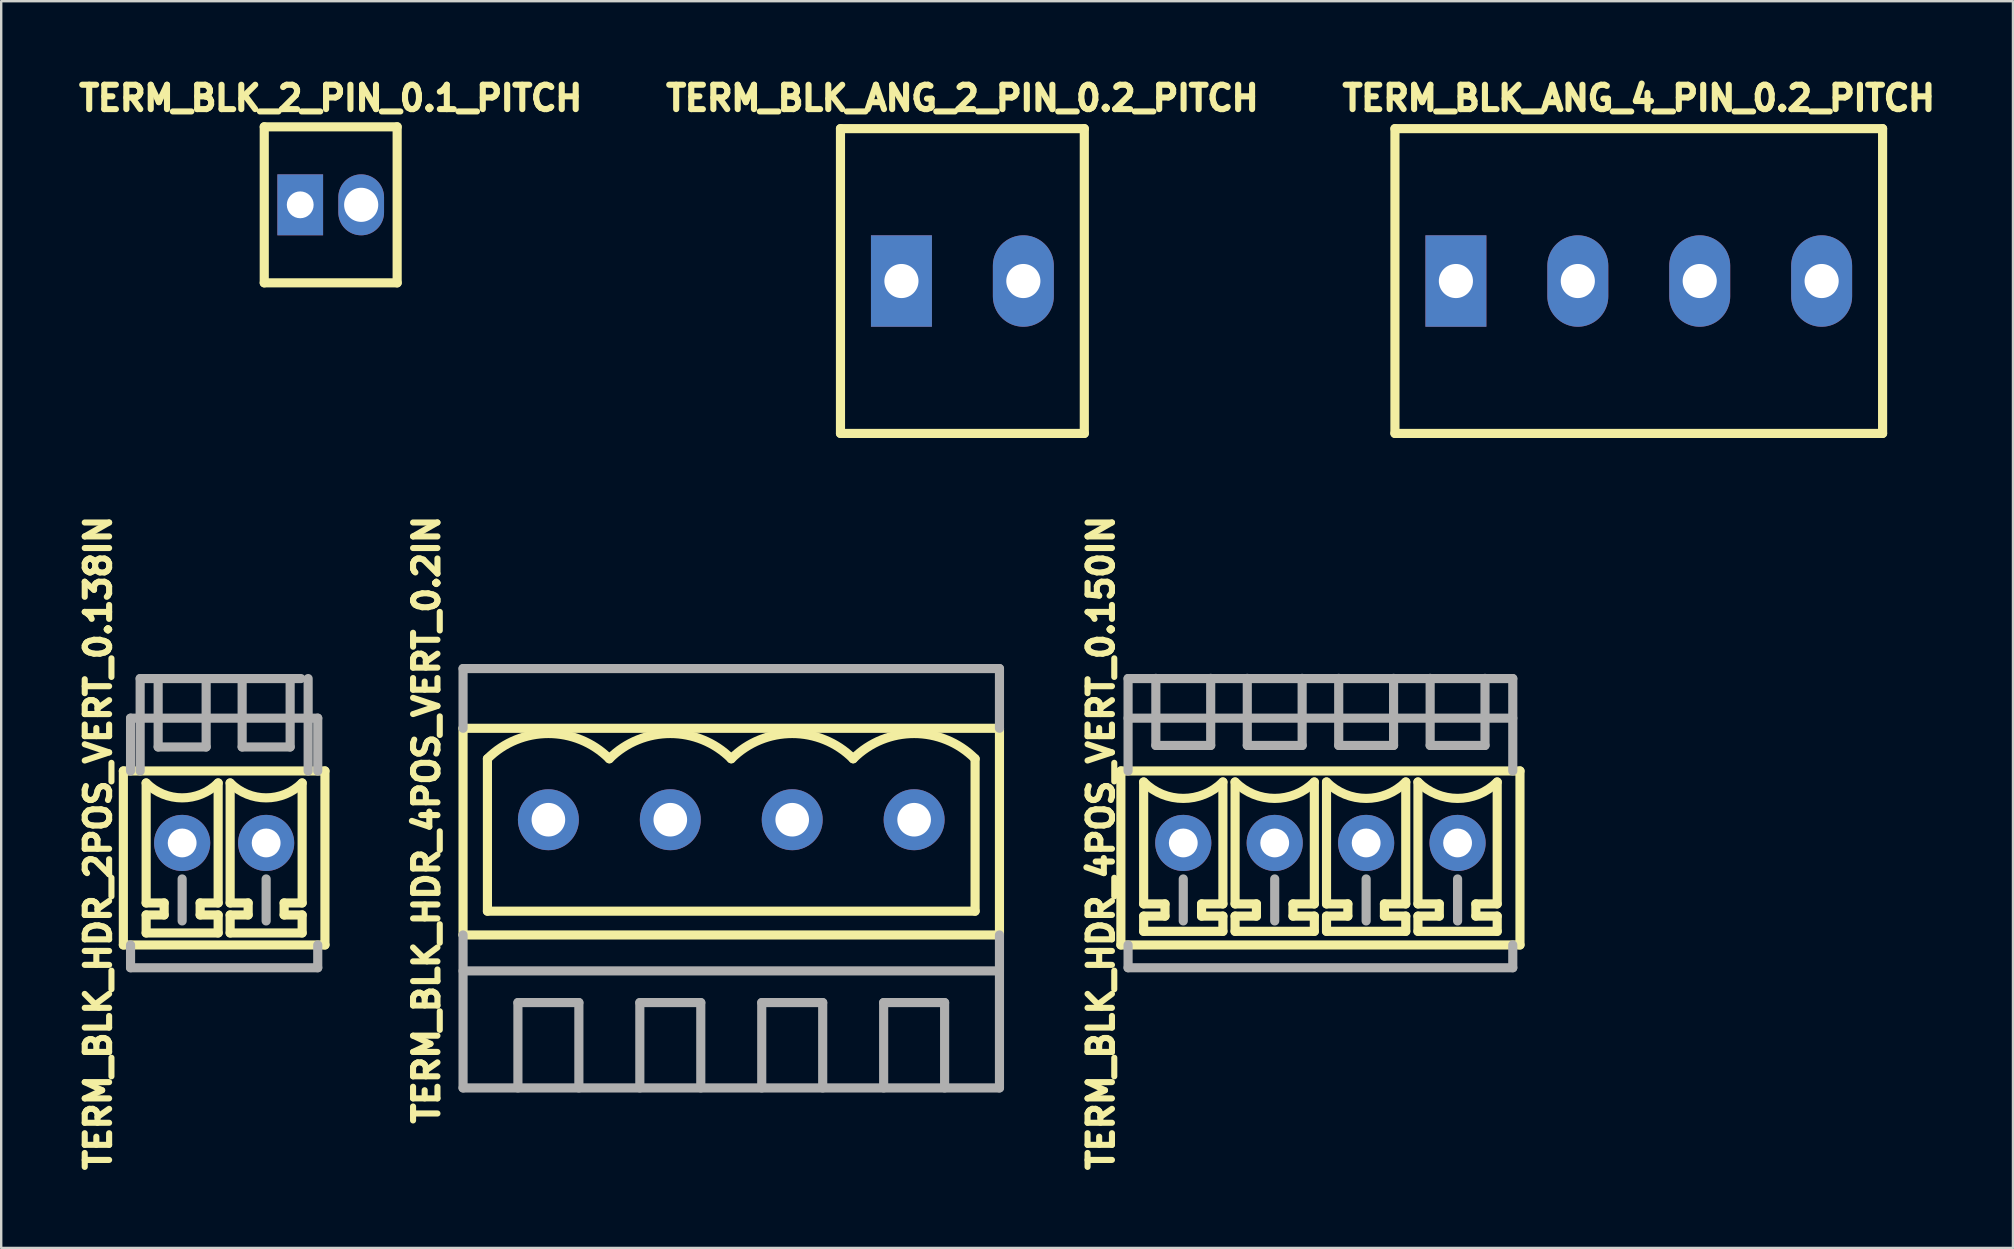
<source format=kicad_pcb>
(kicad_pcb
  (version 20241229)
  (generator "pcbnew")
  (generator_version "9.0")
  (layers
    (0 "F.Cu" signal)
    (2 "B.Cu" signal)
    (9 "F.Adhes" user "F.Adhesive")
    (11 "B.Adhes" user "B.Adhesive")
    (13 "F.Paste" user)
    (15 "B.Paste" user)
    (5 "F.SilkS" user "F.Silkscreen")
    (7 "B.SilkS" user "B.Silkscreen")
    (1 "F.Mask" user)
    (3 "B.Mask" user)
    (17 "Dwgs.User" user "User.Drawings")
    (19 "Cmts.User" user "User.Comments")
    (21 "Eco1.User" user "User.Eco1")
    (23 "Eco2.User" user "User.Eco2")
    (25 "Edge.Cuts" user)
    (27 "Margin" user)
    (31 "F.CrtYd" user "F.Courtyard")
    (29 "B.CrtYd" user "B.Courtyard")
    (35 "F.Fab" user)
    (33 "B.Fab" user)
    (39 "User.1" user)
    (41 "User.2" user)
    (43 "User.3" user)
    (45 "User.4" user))
  (footprint "TERM_BLK_ANG_4_PIN_0.2_PITCH"
    (layer "F.Cu")
    (at 65.236 8.66)
    (property "Reference" "TERM_BLK_ANG_4_PIN_0.2_PITCH" (at 0 -7.62 0) (layer "F.SilkS") (effects (font (size 1.016 1.016) (thickness 0.254))))
    (attr through_hole)
    (fp_line (start -10.16 -6.35) (end -10.16 6.35) (stroke (width 0.381) (type solid)) (layer "F.SilkS"))
    (fp_line (start -10.16 -6.35) (end 10.16 -6.35) (stroke (width 0.381) (type solid)) (layer "F.SilkS"))
    (fp_line (start -10.16 6.35) (end 10.16 6.35) (stroke (width 0.381) (type solid)) (layer "F.SilkS"))
    (fp_line (start 10.16 -6.35) (end 10.16 6.35) (stroke (width 0.381) (type solid)) (layer "F.SilkS"))
    (pad "1" thru_hole rect (at -7.62 0) (size 2.54 3.81) (drill 1.422) (layers "*.Cu" "*.Mask"))
    (pad "2" thru_hole oval (at -2.54 0) (size 2.54 3.81) (drill 1.422) (layers "*.Cu" "*.Mask"))
    (pad "3" thru_hole oval (at 2.54 0) (size 2.54 3.81) (drill 1.422) (layers "*.Cu" "*.Mask"))
    (pad "4" thru_hole oval (at 7.62 0) (size 2.54 3.81) (drill 1.422) (layers "*.Cu" "*.Mask")))
  (footprint "TERM_BLK_HDR_4POS_VERT_0.150IN"
    (layer "F.Cu")
    (at 51.971 32.075)
    (property "Reference" "TERM_BLK_HDR_4POS_VERT_0.150IN" (at -9.144 0 90) (layer "F.SilkS") (effects (font (size 1.016 1.016) (thickness 0.254))))
    (attr through_hole)
    (fp_line (start -8.315 -3) (end -8.315 4.25) (stroke (width 0.381) (type solid)) (layer "F.SilkS"))
    (fp_line (start -7.366 -2.54) (end -7.366 2.54) (stroke (width 0.381) (type solid)) (layer "F.SilkS"))
    (fp_line (start -7.366 2.54) (end -6.477 2.54) (stroke (width 0.381) (type solid)) (layer "F.SilkS"))
    (fp_line (start -7.366 3.048) (end -7.366 3.683) (stroke (width 0.381) (type solid)) (layer "F.SilkS"))
    (fp_line (start -7.366 3.683) (end -4.064 3.683) (stroke (width 0.381) (type solid)) (layer "F.SilkS"))
    (fp_line (start -6.477 2.54) (end -6.477 3.048) (stroke (width 0.381) (type solid)) (layer "F.SilkS"))
    (fp_line (start -6.477 3.048) (end -7.366 3.048) (stroke (width 0.381) (type solid)) (layer "F.SilkS"))
    (fp_line (start -4.953 2.54) (end -4.064 2.54) (stroke (width 0.381) (type solid)) (layer "F.SilkS"))
    (fp_line (start -4.953 3.048) (end -4.953 2.54) (stroke (width 0.381) (type solid)) (layer "F.SilkS"))
    (fp_line (start -4.064 -2.54) (end -4.064 2.54) (stroke (width 0.381) (type solid)) (layer "F.SilkS"))
    (fp_line (start -4.064 3.048) (end -4.953 3.048) (stroke (width 0.381) (type solid)) (layer "F.SilkS"))
    (fp_line (start -4.064 3.683) (end -4.064 3.048) (stroke (width 0.381) (type solid)) (layer "F.SilkS"))
    (fp_line (start -3.556 -2.54) (end -3.556 2.54) (stroke (width 0.381) (type solid)) (layer "F.SilkS"))
    (fp_line (start -3.556 2.54) (end -2.667 2.54) (stroke (width 0.381) (type solid)) (layer "F.SilkS"))
    (fp_line (start -3.556 3.048) (end -3.556 3.683) (stroke (width 0.381) (type solid)) (layer "F.SilkS"))
    (fp_line (start -3.556 3.683) (end -0.254 3.683) (stroke (width 0.381) (type solid)) (layer "F.SilkS"))
    (fp_line (start -2.667 2.54) (end -2.667 3.048) (stroke (width 0.381) (type solid)) (layer "F.SilkS"))
    (fp_line (start -2.667 3.048) (end -3.556 3.048) (stroke (width 0.381) (type solid)) (layer "F.SilkS"))
    (fp_line (start -1.143 2.54) (end -0.254 2.54) (stroke (width 0.381) (type solid)) (layer "F.SilkS"))
    (fp_line (start -1.143 3.048) (end -1.143 2.54) (stroke (width 0.381) (type solid)) (layer "F.SilkS"))
    (fp_line (start -0.254 -2.54) (end -0.254 2.54) (stroke (width 0.381) (type solid)) (layer "F.SilkS"))
    (fp_line (start -0.254 3.048) (end -1.143 3.048) (stroke (width 0.381) (type solid)) (layer "F.SilkS"))
    (fp_line (start -0.254 3.683) (end -0.254 3.048) (stroke (width 0.381) (type solid)) (layer "F.SilkS"))
    (fp_line (start 0.254 -2.54) (end 0.254 2.54) (stroke (width 0.381) (type solid)) (layer "F.SilkS"))
    (fp_line (start 0.254 2.54) (end 1.143 2.54) (stroke (width 0.381) (type solid)) (layer "F.SilkS"))
    (fp_line (start 0.254 3.048) (end 0.254 3.683) (stroke (width 0.381) (type solid)) (layer "F.SilkS"))
    (fp_line (start 0.254 3.683) (end 3.556 3.683) (stroke (width 0.381) (type solid)) (layer "F.SilkS"))
    (fp_line (start 1.143 2.54) (end 1.143 3.048) (stroke (width 0.381) (type solid)) (layer "F.SilkS"))
    (fp_line (start 1.143 3.048) (end 0.254 3.048) (stroke (width 0.381) (type solid)) (layer "F.SilkS"))
    (fp_line (start 2.667 2.54) (end 3.556 2.54) (stroke (width 0.381) (type solid)) (layer "F.SilkS"))
    (fp_line (start 2.667 3.048) (end 2.667 2.54) (stroke (width 0.381) (type solid)) (layer "F.SilkS"))
    (fp_line (start 3.556 -2.54) (end 3.556 2.54) (stroke (width 0.381) (type solid)) (layer "F.SilkS"))
    (fp_line (start 3.556 3.048) (end 2.667 3.048) (stroke (width 0.381) (type solid)) (layer "F.SilkS"))
    (fp_line (start 3.556 3.683) (end 3.556 3.048) (stroke (width 0.381) (type solid)) (layer "F.SilkS"))
    (fp_line (start 4.064 -2.54) (end 4.064 2.54) (stroke (width 0.381) (type solid)) (layer "F.SilkS"))
    (fp_line (start 4.064 2.54) (end 4.953 2.54) (stroke (width 0.381) (type solid)) (layer "F.SilkS"))
    (fp_line (start 4.064 3.048) (end 4.064 3.683) (stroke (width 0.381) (type solid)) (layer "F.SilkS"))
    (fp_line (start 4.064 3.683) (end 7.366 3.683) (stroke (width 0.381) (type solid)) (layer "F.SilkS"))
    (fp_line (start 4.953 2.54) (end 4.953 3.048) (stroke (width 0.381) (type solid)) (layer "F.SilkS"))
    (fp_line (start 4.953 3.048) (end 4.064 3.048) (stroke (width 0.381) (type solid)) (layer "F.SilkS"))
    (fp_line (start 6.477 2.54) (end 7.366 2.54) (stroke (width 0.381) (type solid)) (layer "F.SilkS"))
    (fp_line (start 6.477 3.048) (end 6.477 2.54) (stroke (width 0.381) (type solid)) (layer "F.SilkS"))
    (fp_line (start 7.366 -2.54) (end 7.366 2.54) (stroke (width 0.381) (type solid)) (layer "F.SilkS"))
    (fp_line (start 7.366 3.048) (end 6.477 3.048) (stroke (width 0.381) (type solid)) (layer "F.SilkS"))
    (fp_line (start 7.366 3.683) (end 7.366 3.048) (stroke (width 0.381) (type solid)) (layer "F.SilkS"))
    (fp_line (start 8.315 -3) (end -8.315 -3) (stroke (width 0.381) (type solid)) (layer "F.SilkS"))
    (fp_line (start 8.315 -3) (end 8.315 4.25) (stroke (width 0.381) (type solid)) (layer "F.SilkS"))
    (fp_line (start 8.315 4.25) (end -8.315 4.25) (stroke (width 0.381) (type solid)) (layer "F.SilkS"))
    (fp_arc (start -4.064 -2.54) (mid -5.715 -1.856133) (end -7.366 -2.54) (stroke (width 0.381) (type solid)) (layer "F.SilkS"))
    (fp_arc (start -0.254 -2.54) (mid -1.905 -1.856133) (end -3.556 -2.54) (stroke (width 0.381) (type solid)) (layer "F.SilkS"))
    (fp_arc (start 3.556 -2.54) (mid 1.905 -1.856133) (end 0.254 -2.54) (stroke (width 0.381) (type solid)) (layer "F.SilkS"))
    (fp_arc (start 7.366 -2.54) (mid 5.715 -1.856133) (end 4.064 -2.54) (stroke (width 0.381) (type solid)) (layer "F.SilkS"))
    (fp_line (start -8.015 -6.85) (end 8.015 -6.85) (stroke (width 0.381) (type solid)) (layer "F.Fab"))
    (fp_line (start -8.015 -5.2) (end 8.015 -5.2) (stroke (width 0.381) (type solid)) (layer "F.Fab"))
    (fp_line (start -8.015 -3) (end -8.015 -6.85) (stroke (width 0.381) (type solid)) (layer "F.Fab"))
    (fp_line (start -8.015 4.25) (end -8.015 5.2) (stroke (width 0.381) (type solid)) (layer "F.Fab"))
    (fp_line (start -8.015 5.2) (end 8.015 5.2) (stroke (width 0.381) (type solid)) (layer "F.Fab"))
    (fp_line (start -6.858 -6.858) (end -6.858 -4.064) (stroke (width 0.381) (type solid)) (layer "F.Fab"))
    (fp_line (start -6.858 -4.064) (end -4.572 -4.064) (stroke (width 0.381) (type solid)) (layer "F.Fab"))
    (fp_line (start -5.715 1.5) (end -5.715 3.25) (stroke (width 0.381) (type solid)) (layer "F.Fab"))
    (fp_line (start -4.572 -4.064) (end -4.572 -6.858) (stroke (width 0.381) (type solid)) (layer "F.Fab"))
    (fp_line (start -3.048 -6.858) (end -3.048 -4.064) (stroke (width 0.381) (type solid)) (layer "F.Fab"))
    (fp_line (start -3.048 -4.064) (end -0.762 -4.064) (stroke (width 0.381) (type solid)) (layer "F.Fab"))
    (fp_line (start -1.905 1.5) (end -1.905 3.25) (stroke (width 0.381) (type solid)) (layer "F.Fab"))
    (fp_line (start -0.762 -4.064) (end -0.762 -6.858) (stroke (width 0.381) (type solid)) (layer "F.Fab"))
    (fp_line (start 0.762 -6.858) (end 0.762 -4.064) (stroke (width 0.381) (type solid)) (layer "F.Fab"))
    (fp_line (start 0.762 -4.064) (end 3.048 -4.064) (stroke (width 0.381) (type solid)) (layer "F.Fab"))
    (fp_line (start 1.905 1.5) (end 1.905 3.25) (stroke (width 0.381) (type solid)) (layer "F.Fab"))
    (fp_line (start 3.048 -4.064) (end 3.048 -6.858) (stroke (width 0.381) (type solid)) (layer "F.Fab"))
    (fp_line (start 4.572 -6.858) (end 4.572 -4.064) (stroke (width 0.381) (type solid)) (layer "F.Fab"))
    (fp_line (start 4.572 -4.064) (end 6.858 -4.064) (stroke (width 0.381) (type solid)) (layer "F.Fab"))
    (fp_line (start 5.715 1.5) (end 5.715 3.25) (stroke (width 0.381) (type solid)) (layer "F.Fab"))
    (fp_line (start 6.858 -4.064) (end 6.858 -6.858) (stroke (width 0.381) (type solid)) (layer "F.Fab"))
    (fp_line (start 8.015 -6.85) (end 8.015 -3) (stroke (width 0.381) (type solid)) (layer "F.Fab"))
    (fp_line (start 8.015 5.2) (end 8.015 4.25) (stroke (width 0.381) (type solid)) (layer "F.Fab"))
    (pad "1" thru_hole circle (at 5.715 0) (size 2.34 2.34) (drill 1.2) (layers "*.Cu" "*.Mask"))
    (pad "2" thru_hole circle (at 1.905 0) (size 2.34 2.34) (drill 1.2) (layers "*.Cu" "*.Mask"))
    (pad "3" thru_hole circle (at -1.905 0) (size 2.34 2.34) (drill 1.2) (layers "*.Cu" "*.Mask"))
    (pad "4" thru_hole circle (at -5.715 0) (size 2.34 2.34) (drill 1.2) (layers "*.Cu" "*.Mask")))
  (footprint "TERM_BLK_HDR_4POS_VERT_0.2IN"
    (layer "F.Cu")
    (at 27.421 31.107)
    (property "Reference" "TERM_BLK_HDR_4POS_VERT_0.2IN" (at -12.7 0 90) (layer "F.SilkS") (effects (font (size 1.016 1.016) (thickness 0.254))))
    (attr through_hole)
    (fp_line (start -11.176 -3.81) (end -11.176 4.801) (stroke (width 0.381) (type solid)) (layer "F.SilkS"))
    (fp_line (start -10.16 3.81) (end -10.16 -2.54) (stroke (width 0.381) (type solid)) (layer "F.SilkS"))
    (fp_line (start 10.16 -2.54) (end 10.16 3.81) (stroke (width 0.381) (type solid)) (layer "F.SilkS"))
    (fp_line (start 10.16 3.81) (end -10.16 3.81) (stroke (width 0.381) (type solid)) (layer "F.SilkS"))
    (fp_line (start 11.176 -3.81) (end -11.176 -3.81) (stroke (width 0.381) (type solid)) (layer "F.SilkS"))
    (fp_line (start 11.176 -3.81) (end 11.176 4.801) (stroke (width 0.381) (type solid)) (layer "F.SilkS"))
    (fp_line (start 11.176 4.801) (end -11.176 4.801) (stroke (width 0.381) (type solid)) (layer "F.SilkS"))
    (fp_arc (start -10.16 -2.54) (mid -7.62 -3.592102) (end -5.08 -2.54) (stroke (width 0.381) (type solid)) (layer "F.SilkS"))
    (fp_arc (start -5.08 -2.54) (mid -2.54 -3.592102) (end 0 -2.54) (stroke (width 0.381) (type solid)) (layer "F.SilkS"))
    (fp_arc (start 0 -2.54) (mid 2.54 -3.592102) (end 5.08 -2.54) (stroke (width 0.381) (type solid)) (layer "F.SilkS"))
    (fp_arc (start 5.08 -2.54) (mid 7.62 -3.592102) (end 10.16 -2.54) (stroke (width 0.381) (type solid)) (layer "F.SilkS"))
    (fp_line (start -11.176 -6.299) (end 11.176 -6.299) (stroke (width 0.381) (type solid)) (layer "F.Fab"))
    (fp_line (start -11.176 -3.81) (end -11.176 -6.299) (stroke (width 0.381) (type solid)) (layer "F.Fab"))
    (fp_line (start -11.176 6.299) (end 11.176 6.299) (stroke (width 0.381) (type solid)) (layer "F.Fab"))
    (fp_line (start -11.176 11.176) (end -11.176 4.801) (stroke (width 0.381) (type solid)) (layer "F.Fab"))
    (fp_line (start -8.89 7.62) (end -8.89 11.176) (stroke (width 0.381) (type solid)) (layer "F.Fab"))
    (fp_line (start -8.89 7.62) (end -6.35 7.62) (stroke (width 0.381) (type solid)) (layer "F.Fab"))
    (fp_line (start -6.35 7.62) (end -6.35 11.176) (stroke (width 0.381) (type solid)) (layer "F.Fab"))
    (fp_line (start -3.81 7.62) (end -3.81 11.176) (stroke (width 0.381) (type solid)) (layer "F.Fab"))
    (fp_line (start -1.27 7.62) (end -3.81 7.62) (stroke (width 0.381) (type solid)) (layer "F.Fab"))
    (fp_line (start -1.27 11.176) (end -1.27 7.62) (stroke (width 0.381) (type solid)) (layer "F.Fab"))
    (fp_line (start 1.27 7.62) (end 3.81 7.62) (stroke (width 0.381) (type solid)) (layer "F.Fab"))
    (fp_line (start 1.27 11.176) (end 1.27 7.62) (stroke (width 0.381) (type solid)) (layer "F.Fab"))
    (fp_line (start 3.81 7.62) (end 3.81 11.176) (stroke (width 0.381) (type solid)) (layer "F.Fab"))
    (fp_line (start 6.35 7.62) (end 6.35 11.176) (stroke (width 0.381) (type solid)) (layer "F.Fab"))
    (fp_line (start 6.35 7.62) (end 8.89 7.62) (stroke (width 0.381) (type solid)) (layer "F.Fab"))
    (fp_line (start 8.89 7.62) (end 8.89 11.176) (stroke (width 0.381) (type solid)) (layer "F.Fab"))
    (fp_line (start 11.176 -3.81) (end 11.176 -6.299) (stroke (width 0.381) (type solid)) (layer "F.Fab"))
    (fp_line (start 11.176 4.801) (end 11.176 11.176) (stroke (width 0.381) (type solid)) (layer "F.Fab"))
    (fp_line (start 11.176 11.176) (end -11.176 11.176) (stroke (width 0.381) (type solid)) (layer "F.Fab"))
    (pad "1" thru_hole circle (at 7.62 0) (size 2.54 2.54) (drill 1.4) (layers "*.Cu" "*.Mask"))
    (pad "2" thru_hole circle (at 2.54 0) (size 2.54 2.54) (drill 1.4) (layers "*.Cu" "*.Mask"))
    (pad "3" thru_hole circle (at -2.54 0) (size 2.54 2.54) (drill 1.4) (layers "*.Cu" "*.Mask"))
    (pad "4" thru_hole circle (at -7.62 0) (size 2.54 2.54) (drill 1.4) (layers "*.Cu" "*.Mask")))
  (footprint "TERM_BLK_HDR_2POS_VERT_0.138IN"
    (layer "F.Cu")
    (at 6.29 32.075)
    (property "Reference" "TERM_BLK_HDR_2POS_VERT_0.138IN" (at -5.25 0 90) (layer "F.SilkS") (effects (font (size 1.016 1.016) (thickness 0.254))))
    (attr through_hole)
    (fp_line (start -4.2 -3) (end -4.2 4.25) (stroke (width 0.381) (type solid)) (layer "F.SilkS"))
    (fp_line (start -3.25 -2.5) (end -3.25 2.5) (stroke (width 0.381) (type solid)) (layer "F.SilkS"))
    (fp_line (start -3.25 2.5) (end -2.5 2.5) (stroke (width 0.381) (type solid)) (layer "F.SilkS"))
    (fp_line (start -3.25 3) (end -3.25 3.75) (stroke (width 0.381) (type solid)) (layer "F.SilkS"))
    (fp_line (start -3.25 3.75) (end -0.25 3.75) (stroke (width 0.381) (type solid)) (layer "F.SilkS"))
    (fp_line (start -2.5 2.5) (end -2.5 3) (stroke (width 0.381) (type solid)) (layer "F.SilkS"))
    (fp_line (start -2.5 3) (end -3.25 3) (stroke (width 0.381) (type solid)) (layer "F.SilkS"))
    (fp_line (start -1 2.5) (end -1 3) (stroke (width 0.381) (type solid)) (layer "F.SilkS"))
    (fp_line (start -1 3) (end -0.25 3) (stroke (width 0.381) (type solid)) (layer "F.SilkS"))
    (fp_line (start -0.25 -2.5) (end -0.25 2.5) (stroke (width 0.381) (type solid)) (layer "F.SilkS"))
    (fp_line (start -0.25 2.5) (end -1 2.5) (stroke (width 0.381) (type solid)) (layer "F.SilkS"))
    (fp_line (start -0.25 3) (end -0.25 3.75) (stroke (width 0.381) (type solid)) (layer "F.SilkS"))
    (fp_line (start 0.25 -2.5) (end 0.25 2.5) (stroke (width 0.381) (type solid)) (layer "F.SilkS"))
    (fp_line (start 0.25 2.5) (end 1 2.5) (stroke (width 0.381) (type solid)) (layer "F.SilkS"))
    (fp_line (start 0.25 3) (end 0.25 3.75) (stroke (width 0.381) (type solid)) (layer "F.SilkS"))
    (fp_line (start 0.25 3.75) (end 3.25 3.75) (stroke (width 0.381) (type solid)) (layer "F.SilkS"))
    (fp_line (start 1 2.5) (end 1 3) (stroke (width 0.381) (type solid)) (layer "F.SilkS"))
    (fp_line (start 1 3) (end 0.25 3) (stroke (width 0.381) (type solid)) (layer "F.SilkS"))
    (fp_line (start 2.5 2.5) (end 2.5 3) (stroke (width 0.381) (type solid)) (layer "F.SilkS"))
    (fp_line (start 2.5 3) (end 3.25 3) (stroke (width 0.381) (type solid)) (layer "F.SilkS"))
    (fp_line (start 3.25 -2.5) (end 3.25 2.5) (stroke (width 0.381) (type solid)) (layer "F.SilkS"))
    (fp_line (start 3.25 2.5) (end 2.5 2.5) (stroke (width 0.381) (type solid)) (layer "F.SilkS"))
    (fp_line (start 3.25 3) (end 3.25 3.75) (stroke (width 0.381) (type solid)) (layer "F.SilkS"))
    (fp_line (start 4.2 -3) (end -4.2 -3) (stroke (width 0.381) (type solid)) (layer "F.SilkS"))
    (fp_line (start 4.2 -3) (end 4.2 4.25) (stroke (width 0.381) (type solid)) (layer "F.SilkS"))
    (fp_line (start 4.2 4.25) (end -4.2 4.25) (stroke (width 0.381) (type solid)) (layer "F.SilkS"))
    (fp_arc (start -0.25 -2.5) (mid -1.75 -1.87868) (end -3.25 -2.5) (stroke (width 0.381) (type solid)) (layer "F.SilkS"))
    (fp_arc (start 3.25 -2.5) (mid 1.75 -1.87868) (end 0.25 -2.5) (stroke (width 0.381) (type solid)) (layer "F.SilkS"))
    (fp_line (start -3.9 -5.2) (end 3.9 -5.2) (stroke (width 0.381) (type solid)) (layer "F.Fab"))
    (fp_line (start -3.9 -3) (end -3.9 -5.2) (stroke (width 0.381) (type solid)) (layer "F.Fab"))
    (fp_line (start -3.9 4.25) (end -3.9 5.2) (stroke (width 0.381) (type solid)) (layer "F.Fab"))
    (fp_line (start -3.9 5.2) (end 3.9 5.2) (stroke (width 0.381) (type solid)) (layer "F.Fab"))
    (fp_line (start -3.5 -6.85) (end 3.2 -6.85) (stroke (width 0.381) (type solid)) (layer "F.Fab"))
    (fp_line (start -3.5 -3) (end -3.5 -6.85) (stroke (width 0.381) (type solid)) (layer "F.Fab"))
    (fp_line (start -2.75 -6.75) (end -2.75 -4) (stroke (width 0.381) (type solid)) (layer "F.Fab"))
    (fp_line (start -2.75 -4) (end -0.75 -4) (stroke (width 0.381) (type solid)) (layer "F.Fab"))
    (fp_line (start -1.75 1.5) (end -1.75 3.25) (stroke (width 0.381) (type solid)) (layer "F.Fab"))
    (fp_line (start -0.75 -4) (end -0.75 -6.75) (stroke (width 0.381) (type solid)) (layer "F.Fab"))
    (fp_line (start 0.75 -6.75) (end 0.75 -4) (stroke (width 0.381) (type solid)) (layer "F.Fab"))
    (fp_line (start 0.75 -4) (end 2.75 -4) (stroke (width 0.381) (type solid)) (layer "F.Fab"))
    (fp_line (start 1.75 1.5) (end 1.75 3.25) (stroke (width 0.381) (type solid)) (layer "F.Fab"))
    (fp_line (start 2.75 -4) (end 2.75 -6.75) (stroke (width 0.381) (type solid)) (layer "F.Fab"))
    (fp_line (start 3.5 -6.85) (end 3.5 -3) (stroke (width 0.381) (type solid)) (layer "F.Fab"))
    (fp_line (start 3.9 -5.2) (end 3.9 -3) (stroke (width 0.381) (type solid)) (layer "F.Fab"))
    (fp_line (start 3.9 5.2) (end 3.9 4.25) (stroke (width 0.381) (type solid)) (layer "F.Fab"))
    (pad "1" thru_hole circle (at 1.75 0) (size 2.34 2.34) (drill 1.2) (layers "*.Cu" "*.Mask"))
    (pad "2" thru_hole circle (at -1.75 0) (size 2.34 2.34) (drill 1.2) (layers "*.Cu" "*.Mask")))
  (footprint "TERM_BLK_ANG_2_PIN_0.2_PITCH"
    (layer "F.Cu")
    (at 37.052 8.66)
    (property "Reference" "TERM_BLK_ANG_2_PIN_0.2_PITCH" (at 0 -7.62 0) (layer "F.SilkS") (effects (font (size 1.016 1.016) (thickness 0.254))))
    (attr through_hole)
    (fp_line (start -5.08 -6.35) (end -5.08 6.35) (stroke (width 0.381) (type solid)) (layer "F.SilkS"))
    (fp_line (start -5.08 -6.35) (end 5.08 -6.35) (stroke (width 0.381) (type solid)) (layer "F.SilkS"))
    (fp_line (start -5.08 6.35) (end 5.08 6.35) (stroke (width 0.381) (type solid)) (layer "F.SilkS"))
    (fp_line (start 5.08 -6.35) (end 5.08 6.35) (stroke (width 0.381) (type solid)) (layer "F.SilkS"))
    (pad "1" thru_hole rect (at -2.54 0) (size 2.54 3.81) (drill 1.422) (layers "*.Cu" "*.Mask"))
    (pad "2" thru_hole oval (at 2.54 0) (size 2.54 3.81) (drill 1.422) (layers "*.Cu" "*.Mask")))
  (footprint "TERM_BLK_2_PIN_0.1_PITCH"
    (layer "F.Cu")
    (at 10.73 5.485)
    (property "Reference" "TERM_BLK_2_PIN_0.1_PITCH" (at 0 -4.445 0) (layer "F.SilkS") (effects (font (size 1.016 1.016) (thickness 0.254))))
    (attr through_hole)
    (fp_line (start -2.769 -3.251) (end -2.769 3.251) (stroke (width 0.381) (type solid)) (layer "F.SilkS"))
    (fp_line (start -2.769 -3.251) (end 2.769 -3.251) (stroke (width 0.381) (type solid)) (layer "F.SilkS"))
    (fp_line (start -2.769 3.251) (end 2.769 3.251) (stroke (width 0.381) (type solid)) (layer "F.SilkS"))
    (fp_line (start 2.769 -3.251) (end 2.769 3.251) (stroke (width 0.381) (type solid)) (layer "F.SilkS"))
    (pad "1" thru_hole rect (at -1.27 0) (size 1.905 2.54) (drill 1.118) (layers "*.Cu" "*.Mask"))
    (pad "2" thru_hole oval (at 1.27 0) (size 1.905 2.54) (drill 1.422) (layers "*.Cu" "*.Mask")))
  (gr_rect
    (start -3 -3)
    (end 80.829 48.95)
    (stroke (width 0.1) (type default))
    (fill no)
    (layer "Edge.Cuts")))
</source>
